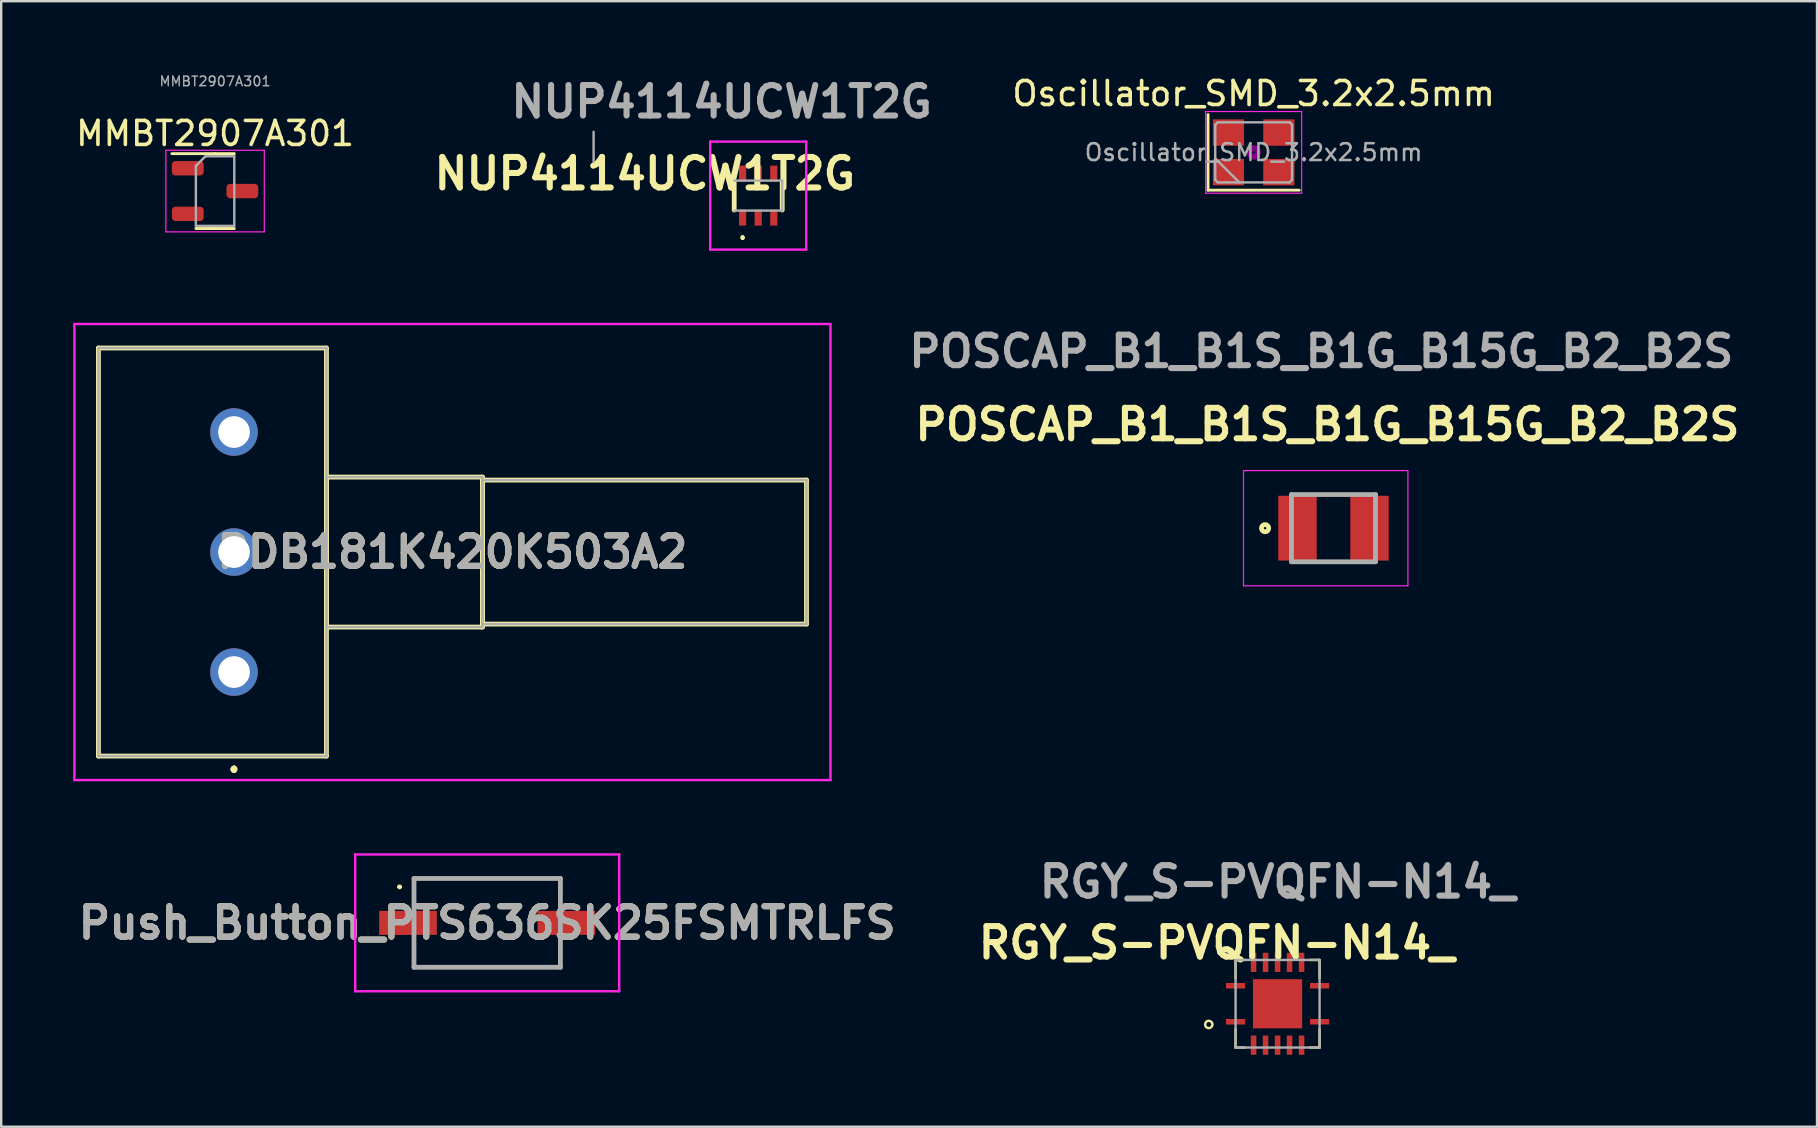
<source format=kicad_pcb>
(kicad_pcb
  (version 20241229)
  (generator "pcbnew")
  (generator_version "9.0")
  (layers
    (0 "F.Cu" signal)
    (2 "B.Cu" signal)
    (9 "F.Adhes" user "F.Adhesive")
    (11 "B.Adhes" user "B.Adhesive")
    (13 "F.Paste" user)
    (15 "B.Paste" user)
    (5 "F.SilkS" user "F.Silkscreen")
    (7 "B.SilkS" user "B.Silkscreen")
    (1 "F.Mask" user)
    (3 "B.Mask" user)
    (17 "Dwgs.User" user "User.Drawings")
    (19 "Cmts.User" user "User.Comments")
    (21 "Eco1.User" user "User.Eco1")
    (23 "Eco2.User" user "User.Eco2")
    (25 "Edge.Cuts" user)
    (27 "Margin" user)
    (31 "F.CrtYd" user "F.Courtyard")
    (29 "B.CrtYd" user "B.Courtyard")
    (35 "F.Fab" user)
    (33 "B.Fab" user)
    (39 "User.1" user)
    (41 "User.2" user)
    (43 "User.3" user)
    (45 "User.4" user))
  (footprint "Push_Button_PTS636SK25FSMTRLFS"
    (layer "F.Cu")
    (at 17.248 35.4)
    (property "Reference" "Push_Button_PTS636SK25FSMTRLFS" (at 0 0 0) (layer "F.SilkS") (effects (font (size 1.27 1.27) (thickness 0.254))))
    (attr smd)
    (fp_line (start -3.7 -1.5) (end -3.7 -1.5) (stroke (width 0.1) (type solid)) (layer "F.SilkS"))
    (fp_line (start -3.6 -1.5) (end -3.6 -1.5) (stroke (width 0.1) (type solid)) (layer "F.SilkS"))
    (fp_line (start -3.05 -1.85) (end 3.05 -1.85) (stroke (width 0.1) (type solid)) (layer "F.SilkS"))
    (fp_line (start -3.05 -0.9) (end -3.05 -1.85) (stroke (width 0.1) (type solid)) (layer "F.SilkS"))
    (fp_line (start -3.05 0.9) (end -3.05 1.85) (stroke (width 0.1) (type solid)) (layer "F.SilkS"))
    (fp_line (start -3.05 1.85) (end 3.05 1.85) (stroke (width 0.1) (type solid)) (layer "F.SilkS"))
    (fp_line (start 3.05 -1.85) (end 3.05 -0.9) (stroke (width 0.1) (type solid)) (layer "F.SilkS"))
    (fp_line (start 3.05 1.85) (end 3.05 0.9) (stroke (width 0.1) (type solid)) (layer "F.SilkS"))
    (fp_arc (start -3.7 -1.5) (mid -3.65 -1.55) (end -3.6 -1.5) (stroke (width 0.1) (type solid)) (layer "F.SilkS"))
    (fp_arc (start -3.6 -1.5) (mid -3.65 -1.45) (end -3.7 -1.5) (stroke (width 0.1) (type solid)) (layer "F.SilkS"))
    (fp_line (start -5.5 -2.85) (end 5.5 -2.85) (stroke (width 0.1) (type solid)) (layer "F.CrtYd"))
    (fp_line (start -5.5 2.85) (end -5.5 -2.85) (stroke (width 0.1) (type solid)) (layer "F.CrtYd"))
    (fp_line (start 5.5 -2.85) (end 5.5 2.85) (stroke (width 0.1) (type solid)) (layer "F.CrtYd"))
    (fp_line (start 5.5 2.85) (end -5.5 2.85) (stroke (width 0.1) (type solid)) (layer "F.CrtYd"))
    (fp_line (start -3.05 -1.85) (end 3.05 -1.85) (stroke (width 0.2) (type solid)) (layer "F.Fab"))
    (fp_line (start -3.05 1.85) (end -3.05 -1.85) (stroke (width 0.2) (type solid)) (layer "F.Fab"))
    (fp_line (start 3.05 -1.85) (end 3.05 1.85) (stroke (width 0.2) (type solid)) (layer "F.Fab"))
    (fp_line (start 3.05 1.85) (end -3.05 1.85) (stroke (width 0.2) (type solid)) (layer "F.Fab"))
    (fp_text user "${REFERENCE}" (at 0 0 0) (layer "F.Fab") (effects (font (size 1.27 1.27) (thickness 0.254))))
    (pad "1" smd rect (at -3.3 0 90) (size 1 2.4) (layers "F.Cu" "F.Mask" "F.Paste"))
    (pad "2" smd rect (at 3.3 0 90) (size 1 2.4) (layers "F.Cu" "F.Mask" "F.Paste")))
  (footprint "POSCAP_B1_B1S_B1G_B15G_B2_B2S"
    (layer "F.Cu")
    (at 52.507 18.955)
    (property "Reference" "POSCAP_B1_B1S_B1G_B15G_B2_B2S" (at -0.254 -4.318 0) (layer "F.SilkS") (effects (font (size 1.27 1.27) (thickness 0.254))))
    (attr smd)
    (fp_circle (center -2.85 0) (end -2.85 0.05) (stroke (width 0.2) (type solid)) (fill no) (layer "F.SilkS"))
    (fp_line (start -3.75 -2.4) (end 3.1 -2.4) (stroke (width 0.05) (type solid)) (layer "F.CrtYd"))
    (fp_line (start -3.75 2.4) (end -3.75 -2.4) (stroke (width 0.05) (type solid)) (layer "F.CrtYd"))
    (fp_line (start 3.1 -2.4) (end 3.1 2.4) (stroke (width 0.05) (type solid)) (layer "F.CrtYd"))
    (fp_line (start 3.1 2.4) (end -3.75 2.4) (stroke (width 0.05) (type solid)) (layer "F.CrtYd"))
    (fp_line (start -1.75 -1.4) (end 1.75 -1.4) (stroke (width 0.2) (type solid)) (layer "F.Fab"))
    (fp_line (start -1.75 1.4) (end -1.75 -1.4) (stroke (width 0.2) (type solid)) (layer "F.Fab"))
    (fp_line (start 1.75 -1.4) (end 1.75 1.4) (stroke (width 0.2) (type solid)) (layer "F.Fab"))
    (fp_line (start 1.75 1.4) (end -1.75 1.4) (stroke (width 0.2) (type solid)) (layer "F.Fab"))
    (fp_text user "${REFERENCE}" (at -0.508 -7.366 0) (layer "F.Fab") (effects (font (size 1.27 1.27) (thickness 0.254))))
    (pad "1" smd rect (at -1.5 0) (size 1.6 2.7) (layers "F.Cu" "F.Mask" "F.Paste"))
    (pad "2" smd rect (at 1.5 0) (size 1.6 2.7) (layers "F.Cu" "F.Mask" "F.Paste")))
  (footprint "RGY_S-PVQFN-N14_"
    (layer "F.Cu")
    (at 50.177 38.769)
    (property "Reference" "RGY_S-PVQFN-N14_" (at -2.54 -2.54 0) (layer "F.SilkS") (effects (font (size 1.27 1.27) (thickness 0.254))))
    (attr smd)
    (fp_line (start -1.75 -1.825) (end -1.75 -1.061) (stroke (width 0.1) (type solid)) (layer "F.SilkS"))
    (fp_line (start -1.75 -1.825) (end -1.35 -1.825) (stroke (width 0.1) (type solid)) (layer "F.SilkS"))
    (fp_line (start -1.75 1.825) (end -1.75 1.061) (stroke (width 0.1) (type solid)) (layer "F.SilkS"))
    (fp_line (start -1.75 1.825) (end -1.35 1.825) (stroke (width 0.1) (type solid)) (layer "F.SilkS"))
    (fp_line (start 1.75 -1.825) (end 1.35 -1.825) (stroke (width 0.1) (type solid)) (layer "F.SilkS"))
    (fp_line (start 1.75 -1.825) (end 1.75 -1.061) (stroke (width 0.1) (type solid)) (layer "F.SilkS"))
    (fp_line (start 1.75 1.825) (end 1.35 1.825) (stroke (width 0.1) (type solid)) (layer "F.SilkS"))
    (fp_line (start 1.75 1.825) (end 1.75 1.061) (stroke (width 0.1) (type solid)) (layer "F.SilkS"))
    (fp_circle (center -2.867 0.863) (end -2.867 1.016) (stroke (width 0.1) (type solid)) (fill no) (layer "F.SilkS"))
    (fp_line (start -1.75 -1.825) (end 1.75 -1.825) (stroke (width 0.1) (type solid)) (layer "F.Fab"))
    (fp_line (start -1.75 1.825) (end -1.75 -1.825) (stroke (width 0.1) (type solid)) (layer "F.Fab"))
    (fp_line (start 1.75 -1.825) (end 1.75 1.825) (stroke (width 0.1) (type solid)) (layer "F.Fab"))
    (fp_line (start 1.75 1.825) (end -1.75 1.825) (stroke (width 0.1) (type solid)) (layer "F.Fab"))
    (fp_text user "${REFERENCE}" (at 0 -5.08 0) (layer "F.Fab") (effects (font (size 1.27 1.27) (thickness 0.254))))
    (pad "1" smd rect (at -1.75 0.75 90) (size 0.23 0.8) (layers "F.Cu" "F.Mask" "F.Paste"))
    (pad "2" smd rect (at -1 1.725) (size 0.23 0.8) (layers "F.Cu" "F.Mask" "F.Paste"))
    (pad "3" smd rect (at -0.5 1.725) (size 0.23 0.8) (layers "F.Cu" "F.Mask" "F.Paste"))
    (pad "4" smd rect (at 0 1.725) (size 0.23 0.8) (layers "F.Cu" "F.Mask" "F.Paste"))
    (pad "5" smd rect (at 0.5 1.725) (size 0.23 0.8) (layers "F.Cu" "F.Mask" "F.Paste"))
    (pad "6" smd rect (at 1 1.725) (size 0.23 0.8) (layers "F.Cu" "F.Mask" "F.Paste"))
    (pad "7" smd rect (at 1.75 0.75 90) (size 0.23 0.8) (layers "F.Cu" "F.Mask" "F.Paste"))
    (pad "8" smd rect (at 1.75 -0.75 90) (size 0.23 0.8) (layers "F.Cu" "F.Mask" "F.Paste"))
    (pad "9" smd rect (at 1 -1.725) (size 0.23 0.8) (layers "F.Cu" "F.Mask" "F.Paste"))
    (pad "10" smd rect (at 0.5 -1.725) (size 0.23 0.8) (layers "F.Cu" "F.Mask" "F.Paste"))
    (pad "11" smd rect (at 0 -1.725) (size 0.23 0.8) (layers "F.Cu" "F.Mask" "F.Paste"))
    (pad "12" smd rect (at -0.5 -1.725) (size 0.23 0.8) (layers "F.Cu" "F.Mask" "F.Paste"))
    (pad "13" smd rect (at -1 -1.725) (size 0.23 0.8) (layers "F.Cu" "F.Mask" "F.Paste"))
    (pad "14" smd rect (at -1.75 -0.75 90) (size 0.23 0.8) (layers "F.Cu" "F.Mask" "F.Paste"))
    (pad "15" smd rect (at 0 0 90) (size 2.05 2.05) (layers "F.Cu" "F.Mask" "F.Paste")))
  (footprint "MMBT2907A301"
    (layer "F.Cu")
    (at 5.911 4.911)
    (property "Reference" "MMBT2907A301" (at 0 -2.4 0) (layer "F.SilkS") (effects (font (size 1 1) (thickness 0.15))))
    (attr smd)
    (fp_line (start 0 -1.56) (end -1.8 -1.56) (stroke (width 0.12) (type solid)) (layer "F.SilkS"))
    (fp_line (start 0 -1.56) (end 0.8 -1.56) (stroke (width 0.12) (type solid)) (layer "F.SilkS"))
    (fp_line (start 0 1.56) (end -0.8 1.56) (stroke (width 0.12) (type solid)) (layer "F.SilkS"))
    (fp_line (start 0 1.56) (end 0.8 1.56) (stroke (width 0.12) (type solid)) (layer "F.SilkS"))
    (fp_line (start -2.05 -1.7) (end -2.05 1.7) (stroke (width 0.05) (type solid)) (layer "F.CrtYd"))
    (fp_line (start -2.05 1.7) (end 2.05 1.7) (stroke (width 0.05) (type solid)) (layer "F.CrtYd"))
    (fp_line (start 2.05 -1.7) (end -2.05 -1.7) (stroke (width 0.05) (type solid)) (layer "F.CrtYd"))
    (fp_line (start 2.05 1.7) (end 2.05 -1.7) (stroke (width 0.05) (type solid)) (layer "F.CrtYd"))
    (fp_line (start -0.8 -1.05) (end -0.4 -1.45) (stroke (width 0.1) (type solid)) (layer "F.Fab"))
    (fp_line (start -0.8 1.45) (end -0.8 -1.05) (stroke (width 0.1) (type solid)) (layer "F.Fab"))
    (fp_line (start -0.4 -1.45) (end 0.8 -1.45) (stroke (width 0.1) (type solid)) (layer "F.Fab"))
    (fp_line (start 0.8 -1.45) (end 0.8 1.45) (stroke (width 0.1) (type solid)) (layer "F.Fab"))
    (fp_line (start 0.8 1.45) (end -0.8 1.45) (stroke (width 0.1) (type solid)) (layer "F.Fab"))
    (fp_text user "${REFERENCE}" (at 0 -4.572 0) (layer "F.Fab") (effects (font (size 0.4 0.4) (thickness 0.06))))
    (pad "1" smd roundrect (at -1.137 -0.95) (size 1.325 0.6) (layers "F.Cu" "F.Mask" "F.Paste") (roundrect_rratio 0.25))
    (pad "2" smd roundrect (at -1.137 0.95) (size 1.325 0.6) (layers "F.Cu" "F.Mask" "F.Paste") (roundrect_rratio 0.25))
    (pad "3" smd roundrect (at 1.137 0) (size 1.325 0.6) (layers "F.Cu" "F.Mask" "F.Paste") (roundrect_rratio 0.25)))
  (footprint "Oscillator_SMD_3.2x2.5mm"
    (layer "F.Cu")
    (at 49.18 3.298)
    (property "Reference" "Oscillator_SMD_3.2x2.5mm" (at 0 -2.45 0) (layer "F.SilkS") (effects (font (size 1 1) (thickness 0.15))))
    (attr smd)
    (fp_line (start -1.9 -1.575) (end -1.9 1.575) (stroke (width 0.12) (type solid)) (layer "F.SilkS"))
    (fp_line (start -1.9 1.575) (end 1.9 1.575) (stroke (width 0.12) (type solid)) (layer "F.SilkS"))
    (fp_circle (center 0 0) (end 0.058 0) (stroke (width 0.117) (type solid)) (fill no) (layer "F.Adhes"))
    (fp_circle (center 0 0) (end 0.133 0) (stroke (width 0.083) (type solid)) (fill no) (layer "F.Adhes"))
    (fp_circle (center 0 0) (end 0.208 0) (stroke (width 0.083) (type solid)) (fill no) (layer "F.Adhes"))
    (fp_circle (center 0 0) (end 0.25 0) (stroke (width 0.1) (type solid)) (fill no) (layer "F.Adhes"))
    (fp_line (start -2 -1.7) (end -2 1.7) (stroke (width 0.05) (type solid)) (layer "F.CrtYd"))
    (fp_line (start -2 1.7) (end 2 1.7) (stroke (width 0.05) (type solid)) (layer "F.CrtYd"))
    (fp_line (start 2 -1.7) (end -2 -1.7) (stroke (width 0.05) (type solid)) (layer "F.CrtYd"))
    (fp_line (start 2 1.7) (end 2 -1.7) (stroke (width 0.05) (type solid)) (layer "F.CrtYd"))
    (fp_line (start -1.6 -1.15) (end -1.5 -1.25) (stroke (width 0.1) (type solid)) (layer "F.Fab"))
    (fp_line (start -1.6 0.25) (end -0.6 1.25) (stroke (width 0.1) (type solid)) (layer "F.Fab"))
    (fp_line (start -1.6 1.15) (end -1.6 -1.15) (stroke (width 0.1) (type solid)) (layer "F.Fab"))
    (fp_line (start -1.5 -1.25) (end 1.5 -1.25) (stroke (width 0.1) (type solid)) (layer "F.Fab"))
    (fp_line (start -1.5 1.25) (end -1.6 1.15) (stroke (width 0.1) (type solid)) (layer "F.Fab"))
    (fp_line (start 1.5 -1.25) (end 1.6 -1.15) (stroke (width 0.1) (type solid)) (layer "F.Fab"))
    (fp_line (start 1.5 1.25) (end -1.5 1.25) (stroke (width 0.1) (type solid)) (layer "F.Fab"))
    (fp_line (start 1.6 -1.15) (end 1.6 1.15) (stroke (width 0.1) (type solid)) (layer "F.Fab"))
    (fp_line (start 1.6 1.15) (end 1.5 1.25) (stroke (width 0.1) (type solid)) (layer "F.Fab"))
    (fp_text user "${REFERENCE}" (at 0 0 0) (layer "F.Fab") (effects (font (size 0.7 0.7) (thickness 0.105))))
    (pad "1" smd rect (at -1.05 0.825) (size 1.3 1.1) (layers "F.Cu" "F.Mask" "F.Paste"))
    (pad "2" smd rect (at 1.05 0.825) (size 1.3 1.1) (layers "F.Cu" "F.Mask" "F.Paste"))
    (pad "3" smd rect (at 1.05 -0.825) (size 1.3 1.1) (layers "F.Cu" "F.Mask" "F.Paste"))
    (pad "4" smd rect (at -1.05 -0.825) (size 1.3 1.1) (layers "F.Cu" "F.Mask" "F.Paste")))
  (footprint "PDB181K420K503A2"
    (layer "F.Cu")
    (at 6.7 24.95)
    (property "Reference" "PDB181K420K503A2" (at 9.1 -5 0) (layer "F.SilkS") (effects (font (size 1.27 1.27) (thickness 0.254))))
    (attr through_hole)
    (fp_line (start -5.65 -13.5) (end 3.85 -13.5) (stroke (width 0.2) (type solid)) (layer "F.SilkS"))
    (fp_line (start -5.65 3.5) (end -5.65 -13.5) (stroke (width 0.2) (type solid)) (layer "F.SilkS"))
    (fp_line (start 0 4) (end 0 4) (stroke (width 0.2) (type solid)) (layer "F.SilkS"))
    (fp_line (start 0 4) (end 0 4) (stroke (width 0.2) (type solid)) (layer "F.SilkS"))
    (fp_line (start 0 4.1) (end 0 4.1) (stroke (width 0.2) (type solid)) (layer "F.SilkS"))
    (fp_line (start 3.85 -13.5) (end 3.85 3.5) (stroke (width 0.2) (type solid)) (layer "F.SilkS"))
    (fp_line (start 3.85 -8.125) (end 10.35 -8.125) (stroke (width 0.2) (type solid)) (layer "F.SilkS"))
    (fp_line (start 3.85 -1.875) (end 3.85 -8.125) (stroke (width 0.2) (type solid)) (layer "F.SilkS"))
    (fp_line (start 3.85 3.5) (end -5.65 3.5) (stroke (width 0.2) (type solid)) (layer "F.SilkS"))
    (fp_line (start 10.35 -8.125) (end 10.35 -1.875) (stroke (width 0.2) (type solid)) (layer "F.SilkS"))
    (fp_line (start 10.35 -8) (end 23.85 -8) (stroke (width 0.2) (type solid)) (layer "F.SilkS"))
    (fp_line (start 10.35 -2) (end 10.35 -8) (stroke (width 0.2) (type solid)) (layer "F.SilkS"))
    (fp_line (start 10.35 -1.875) (end 3.85 -1.875) (stroke (width 0.2) (type solid)) (layer "F.SilkS"))
    (fp_line (start 23.85 -8) (end 23.85 -2) (stroke (width 0.2) (type solid)) (layer "F.SilkS"))
    (fp_line (start 23.85 -2) (end 10.35 -2) (stroke (width 0.2) (type solid)) (layer "F.SilkS"))
    (fp_arc (start 0 4) (mid 0.05 4.05) (end 0 4.1) (stroke (width 0.2) (type solid)) (layer "F.SilkS"))
    (fp_arc (start 0 4.1) (mid -0.05 4.05) (end 0 4) (stroke (width 0.2) (type solid)) (layer "F.SilkS"))
    (fp_arc (start 0 4.1) (mid -0.05 4.05) (end 0 4) (stroke (width 0.2) (type solid)) (layer "F.SilkS"))
    (fp_line (start -6.65 -14.5) (end 24.85 -14.5) (stroke (width 0.1) (type solid)) (layer "F.CrtYd"))
    (fp_line (start -6.65 4.5) (end -6.65 -14.5) (stroke (width 0.1) (type solid)) (layer "F.CrtYd"))
    (fp_line (start 24.85 -14.5) (end 24.85 4.5) (stroke (width 0.1) (type solid)) (layer "F.CrtYd"))
    (fp_line (start 24.85 4.5) (end -6.65 4.5) (stroke (width 0.1) (type solid)) (layer "F.CrtYd"))
    (fp_line (start -5.65 -13.5) (end -5.65 3.5) (stroke (width 0.1) (type solid)) (layer "F.Fab"))
    (fp_line (start -5.65 3.5) (end 3.85 3.5) (stroke (width 0.1) (type solid)) (layer "F.Fab"))
    (fp_line (start 3.85 -13.5) (end -5.65 -13.5) (stroke (width 0.1) (type solid)) (layer "F.Fab"))
    (fp_line (start 3.85 -8.125) (end 10.35 -8.125) (stroke (width 0.1) (type solid)) (layer "F.Fab"))
    (fp_line (start 3.85 -1.875) (end 3.85 -8.125) (stroke (width 0.1) (type solid)) (layer "F.Fab"))
    (fp_line (start 3.85 3.5) (end 3.85 -13.5) (stroke (width 0.1) (type solid)) (layer "F.Fab"))
    (fp_line (start 10.35 -8.125) (end 10.35 -1.875) (stroke (width 0.1) (type solid)) (layer "F.Fab"))
    (fp_line (start 10.35 -8) (end 23.85 -8) (stroke (width 0.1) (type solid)) (layer "F.Fab"))
    (fp_line (start 10.35 -2) (end 10.35 -8) (stroke (width 0.1) (type solid)) (layer "F.Fab"))
    (fp_line (start 10.35 -1.875) (end 3.85 -1.875) (stroke (width 0.1) (type solid)) (layer "F.Fab"))
    (fp_line (start 23.85 -8) (end 23.85 -2) (stroke (width 0.1) (type solid)) (layer "F.Fab"))
    (fp_line (start 23.85 -2) (end 10.35 -2) (stroke (width 0.1) (type solid)) (layer "F.Fab"))
    (fp_text user "${REFERENCE}" (at 9.1 -5 0) (layer "F.Fab") (effects (font (size 1.27 1.27) (thickness 0.254))))
    (pad "1" thru_hole circle (at 0 0) (size 1.98 1.98) (drill 1.32) (layers "*.Cu" "*.Mask"))
    (pad "2" thru_hole circle (at 0 -5) (size 1.98 1.98) (drill 1.32) (layers "*.Cu" "*.Mask"))
    (pad "3" thru_hole circle (at 0 -10) (size 1.98 1.98) (drill 1.32) (layers "*.Cu" "*.Mask")))
  (footprint "NUP4114UCW1T2G"
    (layer "F.Cu")
    (at 28.539 5.1)
    (property "Reference" "NUP4114UCW1T2G" (at -4.724 -0.914 0) (layer "F.SilkS") (effects (font (size 1.27 1.27) (thickness 0.254))))
    (attr smd)
    (fp_line (start -1 -0.6) (end -1 0.6) (stroke (width 0.2) (type solid)) (layer "F.SilkS"))
    (fp_line (start -0.65 1.7) (end -0.65 1.7) (stroke (width 0.1) (type solid)) (layer "F.SilkS"))
    (fp_line (start -0.65 1.8) (end -0.65 1.8) (stroke (width 0.1) (type solid)) (layer "F.SilkS"))
    (fp_line (start 1 -0.6) (end 1 0.6) (stroke (width 0.2) (type solid)) (layer "F.SilkS"))
    (fp_arc (start -0.65 1.7) (mid -0.6 1.75) (end -0.65 1.8) (stroke (width 0.1) (type solid)) (layer "F.SilkS"))
    (fp_arc (start -0.65 1.8) (mid -0.7 1.75) (end -0.65 1.7) (stroke (width 0.1) (type solid)) (layer "F.SilkS"))
    (fp_line (start -2 -2.25) (end 2 -2.25) (stroke (width 0.1) (type solid)) (layer "F.CrtYd"))
    (fp_line (start -2 2.25) (end -2 -2.25) (stroke (width 0.1) (type solid)) (layer "F.CrtYd"))
    (fp_line (start 2 -2.25) (end 2 2.25) (stroke (width 0.1) (type solid)) (layer "F.CrtYd"))
    (fp_line (start 2 2.25) (end -2 2.25) (stroke (width 0.1) (type solid)) (layer "F.CrtYd"))
    (fp_line (start -6.858 -2.657) (end -6.858 -1.407) (stroke (width 0.1) (type solid)) (layer "F.Fab"))
    (fp_line (start -1 0.625) (end 1 0.625) (stroke (width 0.1) (type solid)) (layer "F.Fab"))
    (fp_line (start 1 -0.625) (end -1 -0.625) (stroke (width 0.1) (type solid)) (layer "F.Fab"))
    (fp_line (start 1 0.625) (end 1 -0.625) (stroke (width 0.1) (type solid)) (layer "F.Fab"))
    (fp_text user "${REFERENCE}" (at -1.524 -3.912 0) (layer "F.Fab") (effects (font (size 1.27 1.27) (thickness 0.254))))
    (pad "1" smd rect (at -0.65 0.92) (size 0.3 0.66) (layers "F.Cu" "F.Mask" "F.Paste"))
    (pad "2" smd rect (at 0 0.92) (size 0.3 0.66) (layers "F.Cu" "F.Mask" "F.Paste"))
    (pad "3" smd rect (at 0.65 0.92) (size 0.3 0.66) (layers "F.Cu" "F.Mask" "F.Paste"))
    (pad "4" smd rect (at 0.65 -0.92) (size 0.3 0.66) (layers "F.Cu" "F.Mask" "F.Paste"))
    (pad "5" smd rect (at 0 -0.92) (size 0.3 0.66) (layers "F.Cu" "F.Mask" "F.Paste"))
    (pad "6" smd rect (at -0.65 -0.92) (size 0.3 0.66) (layers "F.Cu" "F.Mask" "F.Paste")))
  (gr_rect
    (start -3 -3)
    (end 72.652 43.894)
    (stroke (width 0.1) (type default))
    (fill no)
    (layer "Edge.Cuts")))
</source>
